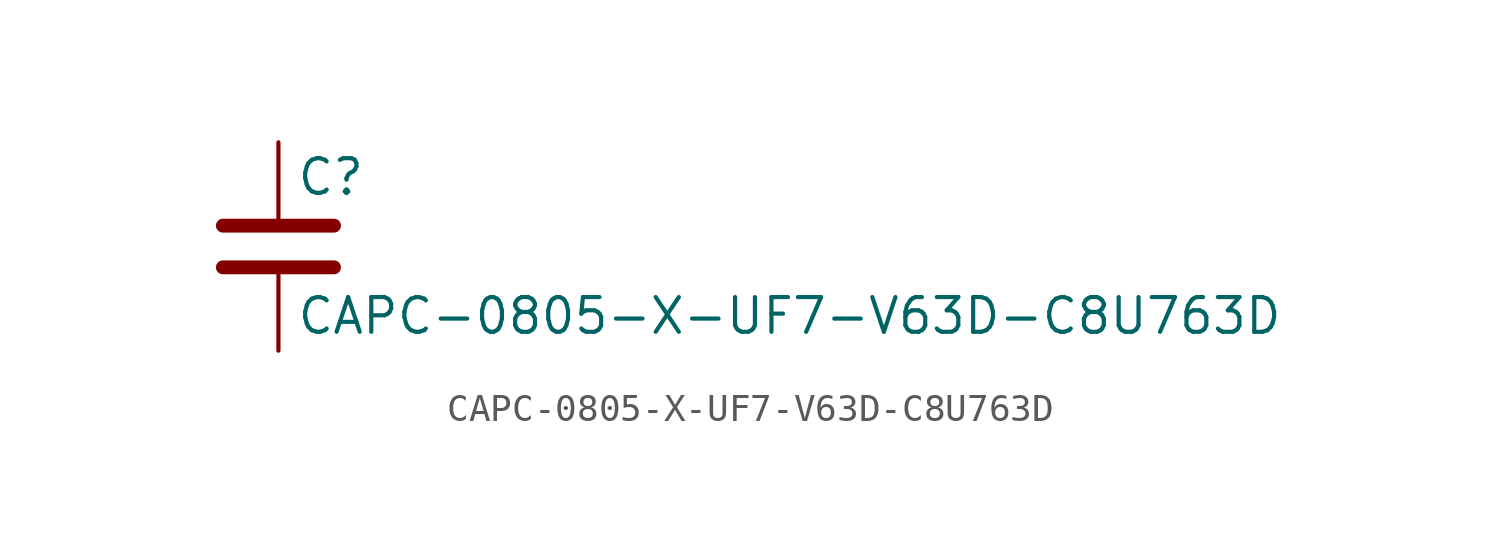
<source format=kicad_sym>
(kicad_symbol_lib
  (version 20211014)
  (generator kicad_symbol_editor)
  (symbol "CAPC-0805-X-UF7-V63D-C8U763D"
    (pin_numbers hide)
    (pin_names
      (offset 0.254))
    (property "Reference" "C"
      (at 0.635 2.54 0)
      (effects (font (size 1.27 1.27)) (justify left)))
    (property "Value" "CAPC-0805-X-UF7-V63D-C8U763D"
      (at 0.635 -2.54 0)
      (effects (font (size 1.27 1.27)) (justify left)))
    (symbol "CAPC-0805-X-UF7-V63D-C8U763D_0_1"
      (polyline (pts (xy -2.032 -0.762) (xy 2.032 -0.762)) (stroke (width 0.508) (type default) (color 0 0 0 0)) (fill (type none)))
      (polyline (pts (xy -2.032 0.762) (xy 2.032 0.762)) (stroke (width 0.508) (type default) (color 0 0 0 0)) (fill (type none))))
    (symbol "CAPC-0805-X-UF7-V63D-C8U763D_1_1"
      (pin passive line (at 0 3.81 270) (length 2.794) (name "~" (effects (font (size 1.27 1.27)))) (number "1" (effects (font (size 1.27 1.27)))))
      (pin passive line (at 0 -3.81 90) (length 2.794) (name "~" (effects (font (size 1.27 1.27)))) (number "2" (effects (font (size 1.27 1.27))))))))
</source>
